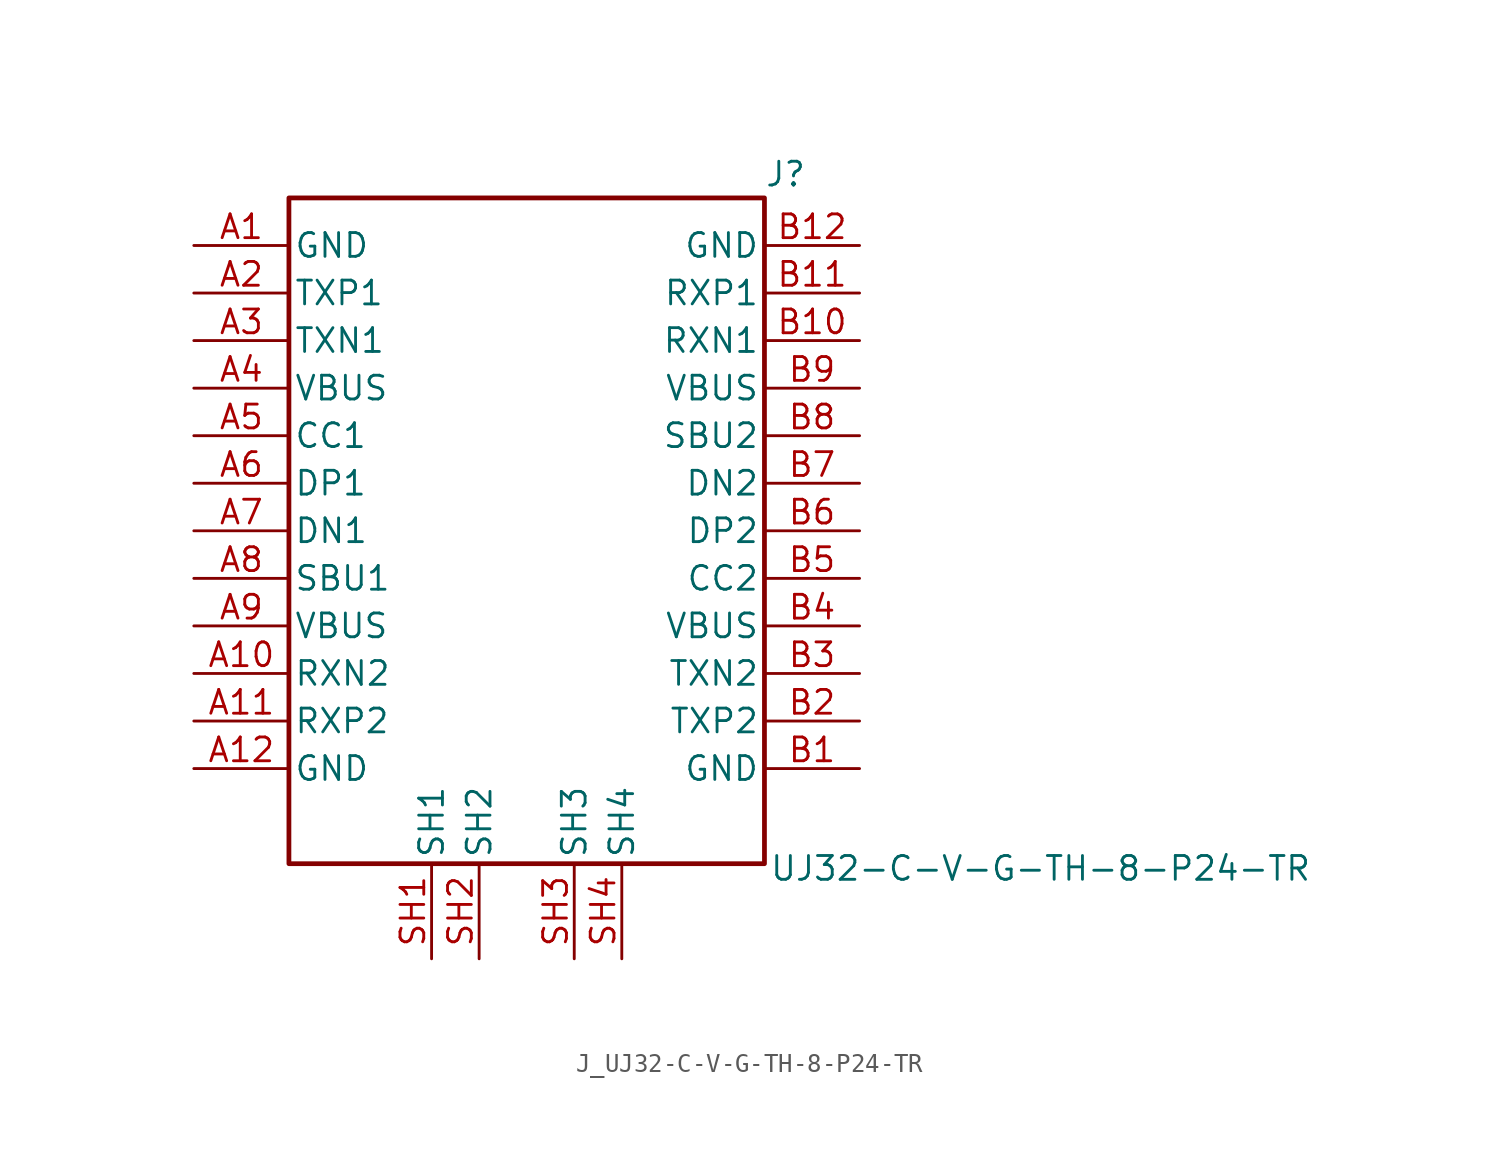
<source format=kicad_sym>
(kicad_symbol_lib
  (version 20231120)
  (generator "kicad_symbol_editor")
  (generator_version "8.0")
  (symbol "J_UJ32-C-V-G-TH-8-P24-TR"
    (pin_names
      (offset 0.254))
    (property "Reference" "J"
      (at 12.7 19.05 0)
      (effects (font (size 1.27 1.27)) (justify left)))
    (property "Value" "UJ32-C-V-G-TH-8-P24-TR"
      (at 12.954 -18.034 0)
      (effects (font (size 1.27 1.27)) (justify left)))
    (symbol "J_UJ32-C-V-G-TH-8-P24-TR_1_0"
      (rectangle (start -12.7 17.78) (end 12.7 -17.78) (stroke (width 0.254) (type solid)) (fill (type none)))
      (pin unspecified line (at -17.78 15.24 0) (length 5.08) (name "GND" (effects (font (size 1.27 1.27)))) (number "A1" (effects (font (size 1.27 1.27)))))
      (pin unspecified line (at -17.78 -7.62 0) (length 5.08) (name "RXN2" (effects (font (size 1.27 1.27)))) (number "A10" (effects (font (size 1.27 1.27)))))
      (pin unspecified line (at -17.78 -10.16 0) (length 5.08) (name "RXP2" (effects (font (size 1.27 1.27)))) (number "A11" (effects (font (size 1.27 1.27)))))
      (pin unspecified line (at -17.78 -12.7 0) (length 5.08) (name "GND" (effects (font (size 1.27 1.27)))) (number "A12" (effects (font (size 1.27 1.27)))))
      (pin unspecified line (at -17.78 12.7 0) (length 5.08) (name "TXP1" (effects (font (size 1.27 1.27)))) (number "A2" (effects (font (size 1.27 1.27)))))
      (pin unspecified line (at -17.78 10.16 0) (length 5.08) (name "TXN1" (effects (font (size 1.27 1.27)))) (number "A3" (effects (font (size 1.27 1.27)))))
      (pin unspecified line (at -17.78 7.62 0) (length 5.08) (name "VBUS" (effects (font (size 1.27 1.27)))) (number "A4" (effects (font (size 1.27 1.27)))))
      (pin unspecified line (at -17.78 5.08 0) (length 5.08) (name "CC1" (effects (font (size 1.27 1.27)))) (number "A5" (effects (font (size 1.27 1.27)))))
      (pin unspecified line (at -17.78 2.54 0) (length 5.08) (name "DP1" (effects (font (size 1.27 1.27)))) (number "A6" (effects (font (size 1.27 1.27)))))
      (pin unspecified line (at -17.78 0 0) (length 5.08) (name "DN1" (effects (font (size 1.27 1.27)))) (number "A7" (effects (font (size 1.27 1.27)))))
      (pin unspecified line (at -17.78 -2.54 0) (length 5.08) (name "SBU1" (effects (font (size 1.27 1.27)))) (number "A8" (effects (font (size 1.27 1.27)))))
      (pin unspecified line (at -17.78 -5.08 0) (length 5.08) (name "VBUS" (effects (font (size 1.27 1.27)))) (number "A9" (effects (font (size 1.27 1.27)))))
      (pin unspecified line (at 17.78 -12.7 180) (length 5.08) (name "GND" (effects (font (size 1.27 1.27)))) (number "B1" (effects (font (size 1.27 1.27)))))
      (pin unspecified line (at 17.78 10.16 180) (length 5.08) (name "RXN1" (effects (font (size 1.27 1.27)))) (number "B10" (effects (font (size 1.27 1.27)))))
      (pin unspecified line (at 17.78 12.7 180) (length 5.08) (name "RXP1" (effects (font (size 1.27 1.27)))) (number "B11" (effects (font (size 1.27 1.27)))))
      (pin unspecified line (at 17.78 15.24 180) (length 5.08) (name "GND" (effects (font (size 1.27 1.27)))) (number "B12" (effects (font (size 1.27 1.27)))))
      (pin unspecified line (at 17.78 -10.16 180) (length 5.08) (name "TXP2" (effects (font (size 1.27 1.27)))) (number "B2" (effects (font (size 1.27 1.27)))))
      (pin unspecified line (at 17.78 -7.62 180) (length 5.08) (name "TXN2" (effects (font (size 1.27 1.27)))) (number "B3" (effects (font (size 1.27 1.27)))))
      (pin unspecified line (at 17.78 -5.08 180) (length 5.08) (name "VBUS" (effects (font (size 1.27 1.27)))) (number "B4" (effects (font (size 1.27 1.27)))))
      (pin unspecified line (at 17.78 -2.54 180) (length 5.08) (name "CC2" (effects (font (size 1.27 1.27)))) (number "B5" (effects (font (size 1.27 1.27)))))
      (pin unspecified line (at 17.78 0 180) (length 5.08) (name "DP2" (effects (font (size 1.27 1.27)))) (number "B6" (effects (font (size 1.27 1.27)))))
      (pin unspecified line (at 17.78 2.54 180) (length 5.08) (name "DN2" (effects (font (size 1.27 1.27)))) (number "B7" (effects (font (size 1.27 1.27)))))
      (pin unspecified line (at 17.78 5.08 180) (length 5.08) (name "SBU2" (effects (font (size 1.27 1.27)))) (number "B8" (effects (font (size 1.27 1.27)))))
      (pin unspecified line (at 17.78 7.62 180) (length 5.08) (name "VBUS" (effects (font (size 1.27 1.27)))) (number "B9" (effects (font (size 1.27 1.27)))))
      (pin unspecified line (at -5.08 -22.86 90) (length 5.08) (name "SH1" (effects (font (size 1.27 1.27)))) (number "SH1" (effects (font (size 1.27 1.27)))))
      (pin unspecified line (at -2.54 -22.86 90) (length 5.08) (name "SH2" (effects (font (size 1.27 1.27)))) (number "SH2" (effects (font (size 1.27 1.27)))))
      (pin unspecified line (at 2.54 -22.86 90) (length 5.08) (name "SH3" (effects (font (size 1.27 1.27)))) (number "SH3" (effects (font (size 1.27 1.27)))))
      (pin unspecified line (at 5.08 -22.86 90) (length 5.08) (name "SH4" (effects (font (size 1.27 1.27)))) (number "SH4" (effects (font (size 1.27 1.27))))))))
</source>
